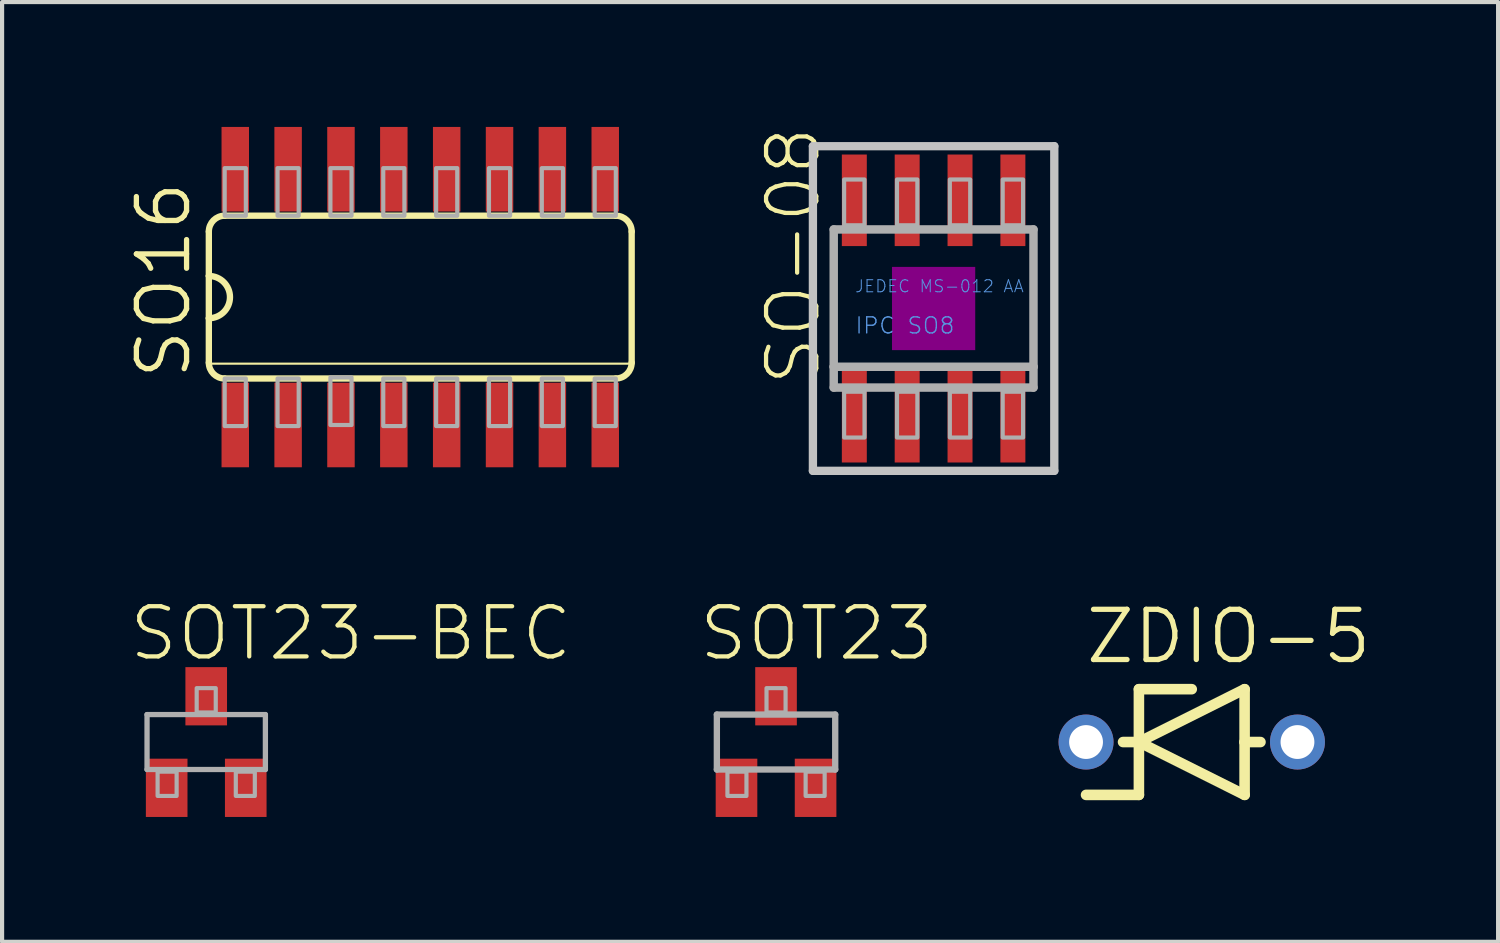
<source format=kicad_pcb>
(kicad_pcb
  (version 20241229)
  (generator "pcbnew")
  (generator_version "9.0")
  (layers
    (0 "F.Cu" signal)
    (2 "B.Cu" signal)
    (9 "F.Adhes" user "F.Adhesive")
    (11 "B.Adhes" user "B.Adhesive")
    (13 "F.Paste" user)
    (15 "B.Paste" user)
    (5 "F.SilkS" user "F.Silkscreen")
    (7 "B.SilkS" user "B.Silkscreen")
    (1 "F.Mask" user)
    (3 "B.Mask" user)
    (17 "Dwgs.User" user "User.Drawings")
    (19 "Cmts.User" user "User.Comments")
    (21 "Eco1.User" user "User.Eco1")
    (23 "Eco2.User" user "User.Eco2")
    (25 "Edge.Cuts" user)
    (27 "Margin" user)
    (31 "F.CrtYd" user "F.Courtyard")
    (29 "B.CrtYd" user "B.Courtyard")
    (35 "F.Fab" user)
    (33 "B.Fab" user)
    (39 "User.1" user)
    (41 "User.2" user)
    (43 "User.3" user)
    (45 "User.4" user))
  (footprint "SOT23"
    (layer "F.Cu")
    (at 15.597 14.78)
    (property "Reference" "SOT23" (at -1.905 -1.905 0) (layer "F.SilkS") (effects (font (size 1.206 1.206) (thickness 0.102)) (justify left bottom)))
    (attr through_hole)
    (fp_line (start -1.422 -0.66) (end 1.422 -0.66) (stroke (width 0.152) (type solid)) (layer "F.Fab"))
    (fp_line (start -1.422 0.66) (end -1.422 -0.66) (stroke (width 0.152) (type solid)) (layer "F.Fab"))
    (fp_line (start 1.422 -0.66) (end 1.422 0.66) (stroke (width 0.152) (type solid)) (layer "F.Fab"))
    (fp_line (start 1.422 0.66) (end -1.422 0.66) (stroke (width 0.152) (type solid)) (layer "F.Fab"))
    (fp_poly (pts (xy -1.168 1.295) (xy -0.711 1.295) (xy -0.711 0.711) (xy -1.168 0.711)) (stroke (width 0.1) (type solid)) (fill no) (layer "F.Fab"))
    (fp_poly (pts (xy -0.229 -0.711) (xy 0.229 -0.711) (xy 0.229 -1.295) (xy -0.229 -1.295)) (stroke (width 0.1) (type solid)) (fill no) (layer "F.Fab"))
    (fp_poly (pts (xy 0.711 1.295) (xy 1.168 1.295) (xy 1.168 0.711) (xy 0.711 0.711)) (stroke (width 0.1) (type solid)) (fill no) (layer "F.Fab"))
    (pad "1" smd rect (at -0.95 1.1) (size 1 1.4) (layers "F.Cu" "F.Mask" "F.Paste"))
    (pad "2" smd rect (at 0.95 1.1) (size 1 1.4) (layers "F.Cu" "F.Mask" "F.Paste"))
    (pad "3" smd rect (at 0 -1.1) (size 1 1.4) (layers "F.Cu" "F.Mask" "F.Paste")))
  (footprint "ZDIO-5"
    (layer "F.Cu")
    (at 25.586 14.78)
    (property "Reference" "ZDIO-5" (at -2.616 -1.829 0) (layer "F.SilkS") (effects (font (size 1.206 1.206) (thickness 0.127)) (justify left bottom)))
    (attr through_hole)
    (fp_line (start -1.651 0) (end -1.27 0) (stroke (width 0.254) (type solid)) (layer "F.SilkS"))
    (fp_line (start -1.27 -1.27) (end -1.27 0) (stroke (width 0.254) (type solid)) (layer "F.SilkS"))
    (fp_line (start -1.27 0) (end -1.27 1.27) (stroke (width 0.254) (type solid)) (layer "F.SilkS"))
    (fp_line (start -1.27 0) (end 1.27 -1.27) (stroke (width 0.254) (type solid)) (layer "F.SilkS"))
    (fp_line (start -1.27 1.27) (end -2.54 1.27) (stroke (width 0.254) (type solid)) (layer "F.SilkS"))
    (fp_line (start 0 -1.27) (end -1.27 -1.27) (stroke (width 0.254) (type solid)) (layer "F.SilkS"))
    (fp_line (start 1.27 -1.27) (end 1.27 0) (stroke (width 0.254) (type solid)) (layer "F.SilkS"))
    (fp_line (start 1.27 0) (end 1.27 1.27) (stroke (width 0.254) (type solid)) (layer "F.SilkS"))
    (fp_line (start 1.27 0) (end 1.651 0) (stroke (width 0.254) (type solid)) (layer "F.SilkS"))
    (fp_line (start 1.27 1.27) (end -1.27 0) (stroke (width 0.254) (type solid)) (layer "F.SilkS"))
    (pad "A" thru_hole circle (at 2.54 0) (size 1.321 1.321) (drill 0.813) (layers "*.Cu" "*.Mask"))
    (pad "C" thru_hole circle (at -2.54 0) (size 1.321 1.321) (drill 0.813) (layers "*.Cu" "*.Mask")))
  (footprint "SOT23-BEC"
    (layer "F.Cu")
    (at 1.905 14.78)
    (property "Reference" "SOT23-BEC" (at -1.905 -1.905 0) (layer "F.SilkS") (effects (font (size 1.206 1.206) (thickness 0.102)) (justify left bottom)))
    (attr through_hole)
    (fp_line (start -1.422 -0.66) (end 1.422 -0.66) (stroke (width 0.127) (type solid)) (layer "F.Fab"))
    (fp_line (start -1.422 0.66) (end -1.422 -0.66) (stroke (width 0.127) (type solid)) (layer "F.Fab"))
    (fp_line (start 1.422 -0.66) (end 1.422 0.66) (stroke (width 0.127) (type solid)) (layer "F.Fab"))
    (fp_line (start 1.422 0.66) (end -1.422 0.66) (stroke (width 0.127) (type solid)) (layer "F.Fab"))
    (fp_poly (pts (xy -1.168 1.295) (xy -0.711 1.295) (xy -0.711 0.711) (xy -1.168 0.711)) (stroke (width 0.1) (type solid)) (fill no) (layer "F.Fab"))
    (fp_poly (pts (xy -0.229 -0.711) (xy 0.229 -0.711) (xy 0.229 -1.295) (xy -0.229 -1.295)) (stroke (width 0.1) (type solid)) (fill no) (layer "F.Fab"))
    (fp_poly (pts (xy 0.711 1.295) (xy 1.168 1.295) (xy 1.168 0.711) (xy 0.711 0.711)) (stroke (width 0.1) (type solid)) (fill no) (layer "F.Fab"))
    (pad "B" smd rect (at -0.95 1.1) (size 1 1.4) (layers "F.Cu" "F.Mask" "F.Paste"))
    (pad "C" smd rect (at 0 -1.1) (size 1 1.4) (layers "F.Cu" "F.Mask" "F.Paste"))
    (pad "E" smd rect (at 0.95 1.1) (size 1 1.4) (layers "F.Cu" "F.Mask" "F.Paste")))
  (footprint "SO16"
    (layer "F.Cu")
    (at 7.048 4.089)
    (property "Reference" "SO16" (at -5.461 2.032 90) (layer "F.SilkS") (effects (font (size 1.206 1.206) (thickness 0.127)) (justify left bottom)))
    (attr through_hole)
    (fp_line (start -5.08 -1.575) (end -5.08 -0.508) (stroke (width 0.152) (type solid)) (layer "F.SilkS"))
    (fp_line (start -5.08 -0.508) (end -5.08 0.508) (stroke (width 0.152) (type solid)) (layer "F.SilkS"))
    (fp_line (start -5.08 0.508) (end -5.08 1.575) (stroke (width 0.152) (type solid)) (layer "F.SilkS"))
    (fp_line (start -5.08 1.6) (end 5.08 1.6) (stroke (width 0.051) (type solid)) (layer "F.SilkS"))
    (fp_line (start -4.699 1.956) (end 4.699 1.956) (stroke (width 0.152) (type solid)) (layer "F.SilkS"))
    (fp_line (start 4.699 -1.956) (end -4.699 -1.956) (stroke (width 0.152) (type solid)) (layer "F.SilkS"))
    (fp_line (start 5.08 1.575) (end 5.08 -1.575) (stroke (width 0.152) (type solid)) (layer "F.SilkS"))
    (fp_arc (start -5.08 -1.5748) (mid -4.968408 -1.844208) (end -4.699 -1.9558) (stroke (width 0.1524) (type solid)) (layer "F.SilkS"))
    (fp_arc (start -5.08 -0.508) (mid -4.572 0) (end -5.08 0.508) (stroke (width 0.1524) (type solid)) (layer "F.SilkS"))
    (fp_arc (start -4.699 1.9558) (mid -4.968408 1.844208) (end -5.08 1.5748) (stroke (width 0.1524) (type solid)) (layer "F.SilkS"))
    (fp_arc (start 4.699 -1.9558) (mid 4.968408 -1.844208) (end 5.08 -1.5748) (stroke (width 0.1524) (type solid)) (layer "F.SilkS"))
    (fp_arc (start 5.08 1.5748) (mid 4.968408 1.844208) (end 4.699 1.9558) (stroke (width 0.1524) (type solid)) (layer "F.SilkS"))
    (fp_poly (pts (xy -4.699 -1.956) (xy -4.191 -1.956) (xy -4.191 -3.099) (xy -4.699 -3.099)) (stroke (width 0.1) (type solid)) (fill no) (layer "F.Fab"))
    (fp_poly (pts (xy -4.699 3.099) (xy -4.191 3.099) (xy -4.191 1.956) (xy -4.699 1.956)) (stroke (width 0.1) (type solid)) (fill no) (layer "F.Fab"))
    (fp_poly (pts (xy -3.429 -1.956) (xy -2.921 -1.956) (xy -2.921 -3.099) (xy -3.429 -3.099)) (stroke (width 0.1) (type solid)) (fill no) (layer "F.Fab"))
    (fp_poly (pts (xy -3.429 3.099) (xy -2.921 3.099) (xy -2.921 1.956) (xy -3.429 1.956)) (stroke (width 0.1) (type solid)) (fill no) (layer "F.Fab"))
    (fp_poly (pts (xy -2.159 -1.956) (xy -1.651 -1.956) (xy -1.651 -3.099) (xy -2.159 -3.099)) (stroke (width 0.1) (type solid)) (fill no) (layer "F.Fab"))
    (fp_poly (pts (xy -2.159 3.073) (xy -1.651 3.073) (xy -1.651 1.93) (xy -2.159 1.93)) (stroke (width 0.1) (type solid)) (fill no) (layer "F.Fab"))
    (fp_poly (pts (xy -0.889 -1.956) (xy -0.381 -1.956) (xy -0.381 -3.099) (xy -0.889 -3.099)) (stroke (width 0.1) (type solid)) (fill no) (layer "F.Fab"))
    (fp_poly (pts (xy -0.889 3.099) (xy -0.381 3.099) (xy -0.381 1.956) (xy -0.889 1.956)) (stroke (width 0.1) (type solid)) (fill no) (layer "F.Fab"))
    (fp_poly (pts (xy 0.381 -1.956) (xy 0.889 -1.956) (xy 0.889 -3.099) (xy 0.381 -3.099)) (stroke (width 0.1) (type solid)) (fill no) (layer "F.Fab"))
    (fp_poly (pts (xy 0.381 3.099) (xy 0.889 3.099) (xy 0.889 1.956) (xy 0.381 1.956)) (stroke (width 0.1) (type solid)) (fill no) (layer "F.Fab"))
    (fp_poly (pts (xy 1.651 -1.956) (xy 2.159 -1.956) (xy 2.159 -3.099) (xy 1.651 -3.099)) (stroke (width 0.1) (type solid)) (fill no) (layer "F.Fab"))
    (fp_poly (pts (xy 1.651 3.099) (xy 2.159 3.099) (xy 2.159 1.956) (xy 1.651 1.956)) (stroke (width 0.1) (type solid)) (fill no) (layer "F.Fab"))
    (fp_poly (pts (xy 2.921 -1.956) (xy 3.429 -1.956) (xy 3.429 -3.099) (xy 2.921 -3.099)) (stroke (width 0.1) (type solid)) (fill no) (layer "F.Fab"))
    (fp_poly (pts (xy 2.921 3.099) (xy 3.429 3.099) (xy 3.429 1.956) (xy 2.921 1.956)) (stroke (width 0.1) (type solid)) (fill no) (layer "F.Fab"))
    (fp_poly (pts (xy 4.191 -1.956) (xy 4.699 -1.956) (xy 4.699 -3.099) (xy 4.191 -3.099)) (stroke (width 0.1) (type solid)) (fill no) (layer "F.Fab"))
    (fp_poly (pts (xy 4.191 3.099) (xy 4.699 3.099) (xy 4.699 1.956) (xy 4.191 1.956)) (stroke (width 0.1) (type solid)) (fill no) (layer "F.Fab"))
    (pad "1" smd rect (at -4.445 3.073) (size 0.66 2.032) (layers "F.Cu" "F.Mask" "F.Paste"))
    (pad "2" smd rect (at -3.175 3.073) (size 0.66 2.032) (layers "F.Cu" "F.Mask" "F.Paste"))
    (pad "3" smd rect (at -1.905 3.073) (size 0.66 2.032) (layers "F.Cu" "F.Mask" "F.Paste"))
    (pad "4" smd rect (at -0.635 3.073) (size 0.66 2.032) (layers "F.Cu" "F.Mask" "F.Paste"))
    (pad "5" smd rect (at 0.635 3.073) (size 0.66 2.032) (layers "F.Cu" "F.Mask" "F.Paste"))
    (pad "6" smd rect (at 1.905 3.073) (size 0.66 2.032) (layers "F.Cu" "F.Mask" "F.Paste"))
    (pad "7" smd rect (at 3.175 3.073) (size 0.66 2.032) (layers "F.Cu" "F.Mask" "F.Paste"))
    (pad "8" smd rect (at 4.445 3.073) (size 0.66 2.032) (layers "F.Cu" "F.Mask" "F.Paste"))
    (pad "9" smd rect (at 4.445 -3.073) (size 0.66 2.032) (layers "F.Cu" "F.Mask" "F.Paste"))
    (pad "10" smd rect (at 3.175 -3.073) (size 0.66 2.032) (layers "F.Cu" "F.Mask" "F.Paste"))
    (pad "11" smd rect (at 1.905 -3.073) (size 0.66 2.032) (layers "F.Cu" "F.Mask" "F.Paste"))
    (pad "12" smd rect (at 0.635 -3.073) (size 0.66 2.032) (layers "F.Cu" "F.Mask" "F.Paste"))
    (pad "13" smd rect (at -0.635 -3.073) (size 0.66 2.032) (layers "F.Cu" "F.Mask" "F.Paste"))
    (pad "14" smd rect (at -1.905 -3.073) (size 0.66 2.032) (layers "F.Cu" "F.Mask" "F.Paste"))
    (pad "15" smd rect (at -3.175 -3.073) (size 0.66 2.032) (layers "F.Cu" "F.Mask" "F.Paste"))
    (pad "16" smd rect (at -4.445 -3.073) (size 0.66 2.032) (layers "F.Cu" "F.Mask" "F.Paste")))
  (footprint "SO-08"
    (layer "F.Cu")
    (at 19.383 4.363)
    (property "Reference" "SO-08" (at -2.667 1.905 90) (layer "F.SilkS") (effects (font (size 1.206 1.206) (thickness 0.102)) (justify left bottom)))
    (attr through_hole)
    (fp_poly (pts (xy -1 1) (xy 1 1) (xy 1 -1) (xy -1 -1)) (stroke (width 0) (type solid)) (fill yes) (layer "F.Adhes"))
    (fp_line (start -2.9 -3.9) (end 2.9 -3.9) (stroke (width 0.2) (type solid)) (layer "Dwgs.User"))
    (fp_line (start -2.9 3.9) (end -2.9 -3.9) (stroke (width 0.2) (type solid)) (layer "Dwgs.User"))
    (fp_line (start 2.9 -3.9) (end 2.9 3.9) (stroke (width 0.2) (type solid)) (layer "Dwgs.User"))
    (fp_line (start 2.9 3.9) (end -2.9 3.9) (stroke (width 0.2) (type solid)) (layer "Dwgs.User"))
    (fp_line (start -2.4 -1.9) (end 2.4 -1.9) (stroke (width 0.203) (type solid)) (layer "F.Fab"))
    (fp_line (start -2.4 1.4) (end -2.4 -1.9) (stroke (width 0.203) (type solid)) (layer "F.Fab"))
    (fp_line (start -2.4 1.9) (end -2.4 1.4) (stroke (width 0.203) (type solid)) (layer "F.Fab"))
    (fp_line (start 2.4 -1.9) (end 2.4 1.4) (stroke (width 0.203) (type solid)) (layer "F.Fab"))
    (fp_line (start 2.4 1.4) (end -2.4 1.4) (stroke (width 0.203) (type solid)) (layer "F.Fab"))
    (fp_line (start 2.4 1.4) (end 2.4 1.9) (stroke (width 0.203) (type solid)) (layer "F.Fab"))
    (fp_line (start 2.4 1.9) (end -2.4 1.9) (stroke (width 0.203) (type solid)) (layer "F.Fab"))
    (fp_poly (pts (xy -2.15 -2) (xy -1.66 -2) (xy -1.66 -3.1) (xy -2.15 -3.1)) (stroke (width 0.1) (type solid)) (fill no) (layer "F.Fab"))
    (fp_poly (pts (xy -2.15 3.1) (xy -1.66 3.1) (xy -1.66 2) (xy -2.15 2)) (stroke (width 0.1) (type solid)) (fill no) (layer "F.Fab"))
    (fp_poly (pts (xy -0.88 -2) (xy -0.39 -2) (xy -0.39 -3.1) (xy -0.88 -3.1)) (stroke (width 0.1) (type solid)) (fill no) (layer "F.Fab"))
    (fp_poly (pts (xy -0.88 3.1) (xy -0.39 3.1) (xy -0.39 2) (xy -0.88 2)) (stroke (width 0.1) (type solid)) (fill no) (layer "F.Fab"))
    (fp_poly (pts (xy 0.39 -2) (xy 0.88 -2) (xy 0.88 -3.1) (xy 0.39 -3.1)) (stroke (width 0.1) (type solid)) (fill no) (layer "F.Fab"))
    (fp_poly (pts (xy 0.39 3.1) (xy 0.88 3.1) (xy 0.88 2) (xy 0.39 2)) (stroke (width 0.1) (type solid)) (fill no) (layer "F.Fab"))
    (fp_poly (pts (xy 1.66 -2) (xy 2.15 -2) (xy 2.15 -3.1) (xy 1.66 -3.1)) (stroke (width 0.1) (type solid)) (fill no) (layer "F.Fab"))
    (fp_poly (pts (xy 1.66 3.1) (xy 2.15 3.1) (xy 2.15 2) (xy 1.66 2)) (stroke (width 0.1) (type solid)) (fill no) (layer "F.Fab"))
    (fp_text user "IPC SO8" (at -1.905 0.635 0) (layer "Cmts.User") (effects (font (size 0.386 0.386) (thickness 0.033)) (justify left bottom)))
    (fp_text user "JEDEC MS-012 AA" (at -1.905 -0.365 0) (layer "Cmts.User") (effects (font (size 0.29 0.29) (thickness 0.024)) (justify left bottom)))
    (pad "1" smd rect (at -1.905 2.6) (size 0.6 2.2) (layers "F.Cu" "F.Mask" "F.Paste"))
    (pad "2" smd rect (at -0.635 2.6) (size 0.6 2.2) (layers "F.Cu" "F.Mask" "F.Paste"))
    (pad "3" smd rect (at 0.635 2.6) (size 0.6 2.2) (layers "F.Cu" "F.Mask" "F.Paste"))
    (pad "4" smd rect (at 1.905 2.6) (size 0.6 2.2) (layers "F.Cu" "F.Mask" "F.Paste"))
    (pad "5" smd rect (at 1.905 -2.6) (size 0.6 2.2) (layers "F.Cu" "F.Mask" "F.Paste"))
    (pad "6" smd rect (at 0.635 -2.6) (size 0.6 2.2) (layers "F.Cu" "F.Mask" "F.Paste"))
    (pad "7" smd rect (at -0.635 -2.6) (size 0.6 2.2) (layers "F.Cu" "F.Mask" "F.Paste"))
    (pad "8" smd rect (at -1.905 -2.6) (size 0.6 2.2) (layers "F.Cu" "F.Mask" "F.Paste")))
  (gr_rect
    (start -3 -3)
    (end 32.947 19.58)
    (stroke (width 0.1) (type default))
    (fill no)
    (layer "Edge.Cuts")))
</source>
